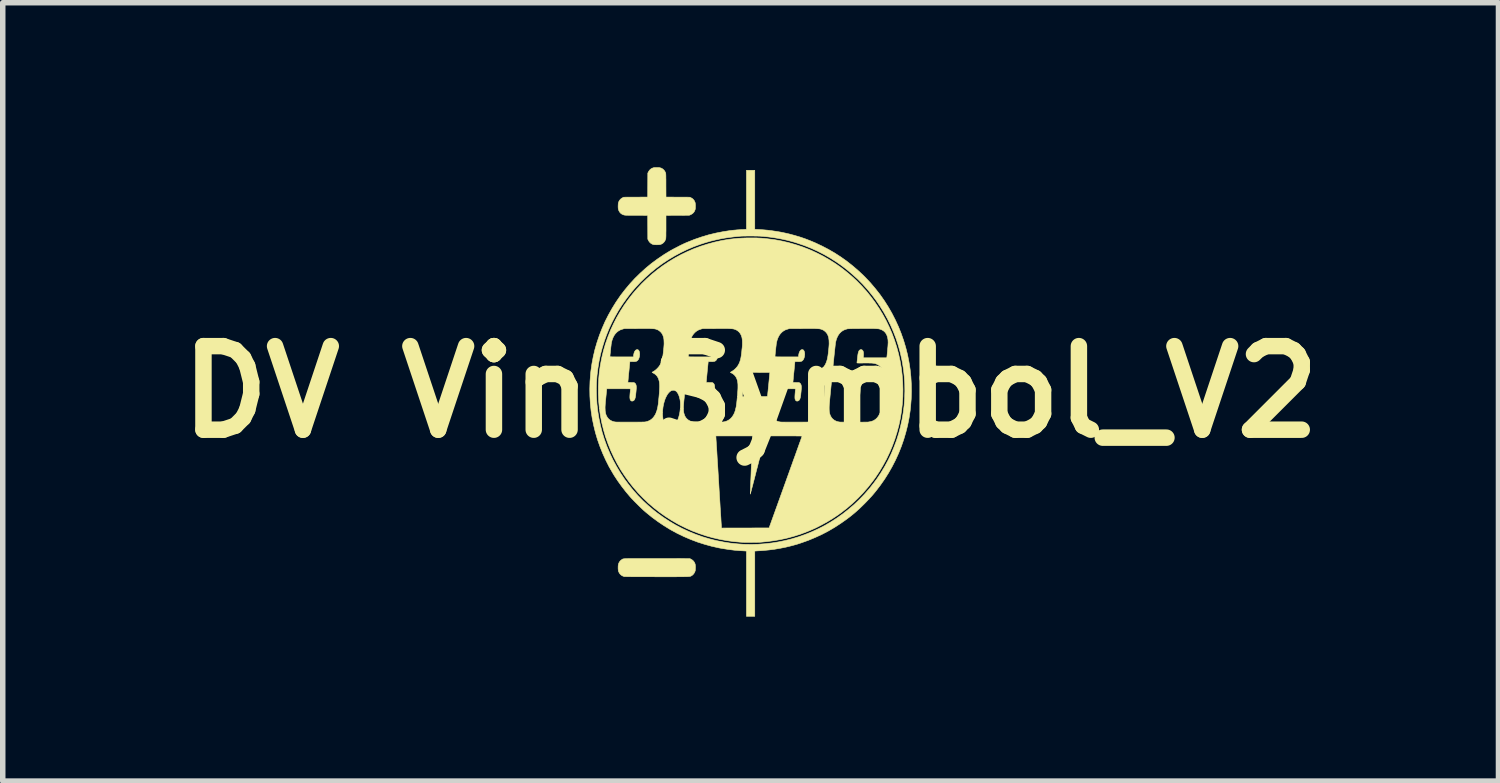
<source format=kicad_pcb>
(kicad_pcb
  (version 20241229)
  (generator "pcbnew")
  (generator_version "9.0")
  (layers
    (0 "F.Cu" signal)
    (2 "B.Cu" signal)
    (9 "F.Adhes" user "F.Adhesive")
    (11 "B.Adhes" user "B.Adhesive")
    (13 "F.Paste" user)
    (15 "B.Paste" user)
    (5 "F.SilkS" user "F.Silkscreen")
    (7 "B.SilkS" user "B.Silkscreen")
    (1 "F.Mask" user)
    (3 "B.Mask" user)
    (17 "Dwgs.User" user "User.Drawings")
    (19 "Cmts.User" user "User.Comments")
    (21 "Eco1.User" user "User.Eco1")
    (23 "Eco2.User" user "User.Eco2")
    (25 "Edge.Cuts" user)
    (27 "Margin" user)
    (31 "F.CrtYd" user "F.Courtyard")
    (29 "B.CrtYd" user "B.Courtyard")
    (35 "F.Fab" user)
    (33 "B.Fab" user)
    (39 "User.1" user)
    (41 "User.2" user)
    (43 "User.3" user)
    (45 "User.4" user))
  (footprint "DV Vin Symbol_V2"
    (layer "F.Cu")
    (at 10.639 4.097)
    (property "Reference" "DV Vin Symbol_V2" (at 0 0 0) (layer "F.SilkS") (effects (font (size 1.524 1.524) (thickness 0.3))))
    (attr through_hole)
    (fp_poly (pts (xy 1.97 -0.118) (xy 1.981 -0.109) (xy 1.99 -0.095) (xy 1.996 -0.076) (xy 1.999 -0.062) (xy 1.999 -0.052) (xy 1.998 -0.037) (xy 1.997 -0.018) (xy 1.996 0.003) (xy 1.994 0.025) (xy 1.991 0.048) (xy 1.989 0.069) (xy 1.986 0.087) (xy 1.984 0.101) (xy 1.982 0.106) (xy 1.974 0.13) (xy 1.964 0.148) (xy 1.952 0.16) (xy 1.937 0.167) (xy 1.924 0.168) (xy 1.914 0.167) (xy 1.906 0.163) (xy 1.9 0.158) (xy 1.892 0.147) (xy 1.887 0.135) (xy 1.883 0.118) (xy 1.882 0.097) (xy 1.882 0.089) (xy 1.883 0.071) (xy 1.884 0.049) (xy 1.886 0.025) (xy 1.888 0.001) (xy 1.891 -0.021) (xy 1.894 -0.041) (xy 1.897 -0.056) (xy 1.897 -0.056) (xy 1.905 -0.08) (xy 1.915 -0.099) (xy 1.927 -0.112) (xy 1.942 -0.119) (xy 1.955 -0.121) (xy 1.97 -0.118)) (stroke (width 0.01) (type solid)) (fill yes) (layer "F.SilkS"))
    (fp_poly (pts (xy -2.007 3.039) (xy -1.956 3.039) (xy -1.9 3.039) (xy -1.838 3.039) (xy -1.77 3.039) (xy -1.702 3.039) (xy -1.109 3.04) (xy -1.085 3.052) (xy -1.06 3.068) (xy -1.039 3.088) (xy -1.023 3.112) (xy -1.012 3.139) (xy -1.011 3.142) (xy -1.009 3.156) (xy -1.007 3.174) (xy -1.006 3.196) (xy -1.007 3.218) (xy -1.008 3.238) (xy -1.009 3.256) (xy -1.011 3.265) (xy -1.022 3.293) (xy -1.037 3.317) (xy -1.056 3.338) (xy -1.079 3.354) (xy -1.083 3.356) (xy -1.087 3.358) (xy -1.09 3.36) (xy -1.094 3.361) (xy -1.098 3.363) (xy -1.103 3.364) (xy -1.11 3.365) (xy -1.117 3.367) (xy -1.126 3.367) (xy -1.137 3.368) (xy -1.151 3.369) (xy -1.167 3.37) (xy -1.185 3.37) (xy -1.207 3.37) (xy -1.232 3.371) (xy -1.26 3.371) (xy -1.293 3.371) (xy -1.329 3.371) (xy -1.37 3.372) (xy -1.416 3.372) (xy -1.467 3.372) (xy -1.523 3.372) (xy -1.584 3.372) (xy -1.652 3.372) (xy -1.713 3.372) (xy -1.789 3.371) (xy -1.858 3.371) (xy -1.922 3.371) (xy -1.98 3.371) (xy -2.032 3.371) (xy -2.079 3.371) (xy -2.121 3.371) (xy -2.158 3.371) (xy -2.191 3.37) (xy -2.219 3.37) (xy -2.242 3.37) (xy -2.262 3.369) (xy -2.278 3.369) (xy -2.29 3.369) (xy -2.298 3.368) (xy -2.304 3.368) (xy -2.305 3.368) (xy -2.332 3.358) (xy -2.357 3.344) (xy -2.378 3.325) (xy -2.395 3.302) (xy -2.408 3.276) (xy -2.413 3.258) (xy -2.414 3.245) (xy -2.416 3.228) (xy -2.416 3.208) (xy -2.416 3.188) (xy -2.415 3.17) (xy -2.413 3.155) (xy -2.413 3.153) (xy -2.405 3.125) (xy -2.391 3.099) (xy -2.373 3.077) (xy -2.352 3.061) (xy -2.348 3.058) (xy -2.345 3.055) (xy -2.341 3.053) (xy -2.338 3.051) (xy -2.334 3.049) (xy -2.33 3.048) (xy -2.325 3.046) (xy -2.319 3.045) (xy -2.311 3.044) (xy -2.302 3.043) (xy -2.29 3.042) (xy -2.277 3.041) (xy -2.261 3.04) (xy -2.242 3.04) (xy -2.22 3.039) (xy -2.194 3.039) (xy -2.165 3.039) (xy -2.132 3.039) (xy -2.095 3.039) (xy -2.054 3.039) (xy -2.007 3.039)) (stroke (width 0.01) (type solid)) (fill yes) (layer "F.SilkS"))
    (fp_poly (pts (xy -1.697 -4.092) (xy -1.678 -4.092) (xy -1.663 -4.09) (xy -1.657 -4.089) (xy -1.63 -4.081) (xy -1.605 -4.067) (xy -1.583 -4.048) (xy -1.565 -4.025) (xy -1.552 -3.998) (xy -1.552 -3.998) (xy -1.55 -3.994) (xy -1.549 -3.991) (xy -1.548 -3.986) (xy -1.547 -3.981) (xy -1.547 -3.974) (xy -1.546 -3.965) (xy -1.546 -3.954) (xy -1.545 -3.94) (xy -1.545 -3.922) (xy -1.545 -3.9) (xy -1.544 -3.874) (xy -1.544 -3.843) (xy -1.544 -3.807) (xy -1.544 -3.766) (xy -1.543 -3.553) (xy -1.326 -3.552) (xy -1.11 -3.551) (xy -1.088 -3.541) (xy -1.062 -3.526) (xy -1.041 -3.506) (xy -1.024 -3.482) (xy -1.013 -3.455) (xy -1.011 -3.45) (xy -1.009 -3.436) (xy -1.007 -3.417) (xy -1.006 -3.396) (xy -1.007 -3.375) (xy -1.007 -3.354) (xy -1.009 -3.337) (xy -1.011 -3.326) (xy -1.022 -3.298) (xy -1.037 -3.274) (xy -1.058 -3.253) (xy -1.083 -3.237) (xy -1.1 -3.229) (xy -1.119 -3.221) (xy -1.543 -3.219) (xy -1.543 -3.02) (xy -1.543 -2.976) (xy -1.543 -2.936) (xy -1.544 -2.901) (xy -1.544 -2.87) (xy -1.544 -2.844) (xy -1.545 -2.824) (xy -1.546 -2.81) (xy -1.546 -2.801) (xy -1.546 -2.8) (xy -1.554 -2.773) (xy -1.567 -2.747) (xy -1.586 -2.724) (xy -1.587 -2.723) (xy -1.603 -2.709) (xy -1.62 -2.699) (xy -1.637 -2.691) (xy -1.657 -2.686) (xy -1.681 -2.684) (xy -1.71 -2.683) (xy -1.711 -2.683) (xy -1.728 -2.684) (xy -1.745 -2.684) (xy -1.758 -2.685) (xy -1.767 -2.686) (xy -1.767 -2.686) (xy -1.793 -2.694) (xy -1.817 -2.708) (xy -1.838 -2.726) (xy -1.855 -2.748) (xy -1.863 -2.762) (xy -1.875 -2.786) (xy -1.876 -3.003) (xy -1.877 -3.219) (xy -2.074 -3.22) (xy -2.113 -3.22) (xy -2.15 -3.22) (xy -2.184 -3.22) (xy -2.214 -3.22) (xy -2.24 -3.221) (xy -2.262 -3.221) (xy -2.279 -3.222) (xy -2.29 -3.222) (xy -2.294 -3.223) (xy -2.322 -3.23) (xy -2.348 -3.242) (xy -2.371 -3.259) (xy -2.389 -3.28) (xy -2.403 -3.305) (xy -2.412 -3.332) (xy -2.413 -3.335) (xy -2.415 -3.351) (xy -2.416 -3.371) (xy -2.416 -3.392) (xy -2.415 -3.414) (xy -2.414 -3.432) (xy -2.413 -3.44) (xy -2.405 -3.467) (xy -2.391 -3.492) (xy -2.373 -3.514) (xy -2.35 -3.532) (xy -2.334 -3.541) (xy -2.313 -3.551) (xy -1.877 -3.553) (xy -1.876 -3.771) (xy -1.875 -3.99) (xy -1.863 -4.014) (xy -1.847 -4.039) (xy -1.827 -4.06) (xy -1.803 -4.076) (xy -1.775 -4.087) (xy -1.766 -4.089) (xy -1.753 -4.091) (xy -1.736 -4.092) (xy -1.717 -4.092) (xy -1.697 -4.092)) (stroke (width 0.01) (type solid)) (fill yes) (layer "F.SilkS"))
    (fp_poly (pts (xy 0.076 -2.966) (xy 0.093 -2.964) (xy 0.102 -2.963) (xy 0.116 -2.963) (xy 0.133 -2.962) (xy 0.151 -2.961) (xy 0.157 -2.961) (xy 0.231 -2.956) (xy 0.309 -2.949) (xy 0.389 -2.939) (xy 0.471 -2.927) (xy 0.553 -2.913) (xy 0.634 -2.896) (xy 0.7 -2.881) (xy 0.801 -2.854) (xy 0.899 -2.825) (xy 0.993 -2.793) (xy 1.086 -2.757) (xy 1.179 -2.718) (xy 1.274 -2.673) (xy 1.3 -2.661) (xy 1.419 -2.599) (xy 1.533 -2.533) (xy 1.643 -2.462) (xy 1.749 -2.387) (xy 1.851 -2.307) (xy 1.951 -2.222) (xy 2.048 -2.132) (xy 2.094 -2.086) (xy 2.188 -1.986) (xy 2.276 -1.882) (xy 2.36 -1.775) (xy 2.438 -1.664) (xy 2.511 -1.549) (xy 2.578 -1.432) (xy 2.64 -1.311) (xy 2.697 -1.187) (xy 2.745 -1.067) (xy 2.79 -0.939) (xy 2.829 -0.809) (xy 2.862 -0.678) (xy 2.888 -0.546) (xy 2.909 -0.412) (xy 2.923 -0.278) (xy 2.931 -0.142) (xy 2.933 -0.006) (xy 2.929 0.13) (xy 2.918 0.266) (xy 2.91 0.343) (xy 2.89 0.476) (xy 2.864 0.608) (xy 2.831 0.738) (xy 2.793 0.867) (xy 2.749 0.994) (xy 2.699 1.119) (xy 2.643 1.242) (xy 2.582 1.361) (xy 2.515 1.479) (xy 2.443 1.593) (xy 2.365 1.704) (xy 2.348 1.726) (xy 2.314 1.771) (xy 2.282 1.812) (xy 2.251 1.85) (xy 2.219 1.888) (xy 2.186 1.924) (xy 2.151 1.962) (xy 2.113 2.002) (xy 2.077 2.039) (xy 2.035 2.08) (xy 1.996 2.118) (xy 1.959 2.152) (xy 1.922 2.185) (xy 1.886 2.216) (xy 1.848 2.247) (xy 1.808 2.279) (xy 1.764 2.312) (xy 1.761 2.315) (xy 1.649 2.394) (xy 1.536 2.468) (xy 1.42 2.536) (xy 1.3 2.599) (xy 1.178 2.655) (xy 1.053 2.707) (xy 0.924 2.753) (xy 0.845 2.779) (xy 0.747 2.806) (xy 0.645 2.831) (xy 0.541 2.852) (xy 0.435 2.87) (xy 0.331 2.883) (xy 0.229 2.893) (xy 0.189 2.896) (xy 0.168 2.897) (xy 0.147 2.898) (xy 0.128 2.899) (xy 0.112 2.9) (xy 0.102 2.901) (xy 0.076 2.903) (xy 0.076 4.093) (xy -0.076 4.093) (xy -0.076 2.903) (xy -0.102 2.901) (xy -0.114 2.9) (xy -0.131 2.899) (xy -0.151 2.898) (xy -0.172 2.897) (xy -0.189 2.896) (xy -0.298 2.887) (xy -0.409 2.873) (xy -0.522 2.855) (xy -0.578 2.845) (xy -0.711 2.815) (xy -0.841 2.779) (xy -0.97 2.738) (xy -1.096 2.69) (xy -1.22 2.637) (xy -1.342 2.578) (xy -1.461 2.513) (xy -1.577 2.442) (xy -1.69 2.366) (xy -1.8 2.285) (xy -1.907 2.198) (xy -1.951 2.16) (xy -1.966 2.146) (xy -1.985 2.128) (xy -2.006 2.108) (xy -2.03 2.085) (xy -2.054 2.061) (xy -2.079 2.036) (xy -2.104 2.011) (xy -2.128 1.987) (xy -2.149 1.964) (xy -2.169 1.944) (xy -2.184 1.927) (xy -2.193 1.918) (xy -2.274 1.822) (xy -2.35 1.724) (xy -2.422 1.624) (xy -2.488 1.524) (xy -2.512 1.484) (xy -2.58 1.367) (xy -2.641 1.246) (xy -2.697 1.123) (xy -2.747 0.998) (xy -2.792 0.871) (xy -2.83 0.743) (xy -2.862 0.612) (xy -2.889 0.48) (xy -2.909 0.347) (xy -2.923 0.213) (xy -2.931 0.078) (xy -2.933 -0.038) (xy -2.813 -0.038) (xy -2.81 0.092) (xy -2.802 0.223) (xy -2.787 0.353) (xy -2.766 0.482) (xy -2.739 0.611) (xy -2.707 0.738) (xy -2.668 0.863) (xy -2.623 0.987) (xy -2.616 1.005) (xy -2.564 1.127) (xy -2.507 1.246) (xy -2.444 1.362) (xy -2.376 1.475) (xy -2.303 1.585) (xy -2.224 1.691) (xy -2.141 1.794) (xy -2.053 1.892) (xy -1.961 1.986) (xy -1.864 2.076) (xy -1.763 2.161) (xy -1.705 2.206) (xy -1.596 2.285) (xy -1.483 2.359) (xy -1.369 2.427) (xy -1.251 2.489) (xy -1.131 2.545) (xy -1.009 2.595) (xy -0.885 2.64) (xy -0.758 2.678) (xy -0.63 2.711) (xy -0.5 2.737) (xy -0.368 2.758) (xy -0.234 2.772) (xy -0.152 2.778) (xy -0.128 2.779) (xy -0.098 2.78) (xy -0.065 2.78) (xy -0.029 2.781) (xy 0.007 2.781) (xy 0.043 2.781) (xy 0.077 2.78) (xy 0.108 2.779) (xy 0.134 2.779) (xy 0.143 2.778) (xy 0.267 2.769) (xy 0.389 2.755) (xy 0.495 2.738) (xy 0.625 2.712) (xy 0.752 2.68) (xy 0.878 2.642) (xy 1.001 2.598) (xy 1.122 2.549) (xy 1.241 2.494) (xy 1.357 2.434) (xy 1.469 2.368) (xy 1.579 2.297) (xy 1.685 2.221) (xy 1.788 2.14) (xy 1.888 2.054) (xy 1.983 1.964) (xy 2.074 1.869) (xy 2.162 1.769) (xy 2.244 1.665) (xy 2.306 1.581) (xy 2.379 1.471) (xy 2.447 1.358) (xy 2.509 1.243) (xy 2.566 1.125) (xy 2.616 1.004) (xy 2.662 0.882) (xy 2.701 0.757) (xy 2.734 0.631) (xy 2.762 0.504) (xy 2.784 0.375) (xy 2.8 0.246) (xy 2.809 0.115) (xy 2.813 -0.016) (xy 2.811 -0.148) (xy 2.802 -0.28) (xy 2.788 -0.411) (xy 2.767 -0.543) (xy 2.757 -0.594) (xy 2.728 -0.722) (xy 2.693 -0.849) (xy 2.652 -0.974) (xy 2.605 -1.096) (xy 2.553 -1.216) (xy 2.495 -1.333) (xy 2.432 -1.447) (xy 2.363 -1.558) (xy 2.29 -1.666) (xy 2.211 -1.771) (xy 2.128 -1.872) (xy 2.04 -1.969) (xy 1.947 -2.062) (xy 1.849 -2.151) (xy 1.748 -2.236) (xy 1.642 -2.316) (xy 1.57 -2.366) (xy 1.458 -2.438) (xy 1.343 -2.504) (xy 1.225 -2.565) (xy 1.104 -2.62) (xy 0.981 -2.669) (xy 0.855 -2.712) (xy 0.791 -2.732) (xy 0.697 -2.758) (xy 0.604 -2.78) (xy 0.511 -2.798) (xy 0.416 -2.814) (xy 0.318 -2.827) (xy 0.215 -2.837) (xy 0.187 -2.839) (xy 0.168 -2.84) (xy 0.143 -2.841) (xy 0.114 -2.842) (xy 0.082 -2.842) (xy 0.047 -2.843) (xy 0.011 -2.843) (xy -0.025 -2.843) (xy -0.061 -2.843) (xy -0.094 -2.842) (xy -0.126 -2.842) (xy -0.153 -2.841) (xy -0.176 -2.84) (xy -0.187 -2.839) (xy -0.302 -2.828) (xy -0.413 -2.814) (xy -0.52 -2.797) (xy -0.624 -2.775) (xy -0.728 -2.75) (xy -0.831 -2.72) (xy -0.911 -2.694) (xy -1.035 -2.649) (xy -1.155 -2.598) (xy -1.273 -2.541) (xy -1.388 -2.479) (xy -1.5 -2.412) (xy -1.609 -2.34) (xy -1.714 -2.263) (xy -1.815 -2.181) (xy -1.913 -2.094) (xy -2.007 -2.003) (xy -2.096 -1.908) (xy -2.181 -1.809) (xy -2.261 -1.705) (xy -2.337 -1.598) (xy -2.408 -1.488) (xy -2.473 -1.373) (xy -2.524 -1.275) (xy -2.541 -1.24) (xy -2.555 -1.21) (xy -2.568 -1.182) (xy -2.58 -1.155) (xy -2.592 -1.127) (xy -2.604 -1.097) (xy -2.618 -1.063) (xy -2.619 -1.062) (xy -2.664 -0.939) (xy -2.703 -0.813) (xy -2.737 -0.687) (xy -2.764 -0.558) (xy -2.785 -0.429) (xy -2.801 -0.299) (xy -2.81 -0.169) (xy -2.813 -0.038) (xy -2.933 -0.038) (xy -2.933 -0.057) (xy -2.929 -0.193) (xy -2.918 -0.329) (xy -2.913 -0.381) (xy -2.894 -0.514) (xy -2.869 -0.646) (xy -2.838 -0.777) (xy -2.8 -0.907) (xy -2.757 -1.034) (xy -2.708 -1.159) (xy -2.654 -1.283) (xy -2.593 -1.403) (xy -2.527 -1.521) (xy -2.456 -1.636) (xy -2.379 -1.748) (xy -2.372 -1.759) (xy -2.29 -1.865) (xy -2.203 -1.969) (xy -2.112 -2.068) (xy -2.015 -2.163) (xy -1.915 -2.254) (xy -1.811 -2.34) (xy -1.703 -2.42) (xy -1.591 -2.496) (xy -1.57 -2.51) (xy -1.519 -2.541) (xy -1.464 -2.574) (xy -1.406 -2.606) (xy -1.346 -2.637) (xy -1.287 -2.668) (xy -1.229 -2.696) (xy -1.174 -2.721) (xy -1.149 -2.731) (xy -1.022 -2.782) (xy -0.893 -2.826) (xy -0.763 -2.865) (xy -0.63 -2.897) (xy -0.496 -2.923) (xy -0.387 -2.94) (xy -0.355 -2.944) (xy -0.32 -2.948) (xy -0.283 -2.951) (xy -0.246 -2.955) (xy -0.211 -2.957) (xy -0.179 -2.96) (xy -0.157 -2.961) (xy -0.139 -2.961) (xy -0.121 -2.962) (xy -0.106 -2.963) (xy -0.095 -2.964) (xy -0.093 -2.964) (xy -0.076 -2.966) (xy -0.076 -4.042) (xy 0.076 -4.042) (xy 0.076 -2.966)) (stroke (width 0.01) (type solid)) (fill yes) (layer "F.SilkS"))
    (fp_poly (pts (xy 0.045 -2.808) (xy 0.085 -2.808) (xy 0.121 -2.807) (xy 0.155 -2.805) (xy 0.188 -2.804) (xy 0.221 -2.801) (xy 0.255 -2.798) (xy 0.292 -2.794) (xy 0.31 -2.792) (xy 0.441 -2.775) (xy 0.57 -2.751) (xy 0.698 -2.721) (xy 0.823 -2.685) (xy 0.947 -2.644) (xy 1.068 -2.597) (xy 1.186 -2.544) (xy 1.302 -2.486) (xy 1.415 -2.422) (xy 1.525 -2.354) (xy 1.632 -2.28) (xy 1.735 -2.201) (xy 1.835 -2.117) (xy 1.931 -2.029) (xy 2.023 -1.935) (xy 2.111 -1.838) (xy 2.194 -1.735) (xy 2.264 -1.641) (xy 2.338 -1.531) (xy 2.407 -1.419) (xy 2.47 -1.304) (xy 2.527 -1.186) (xy 2.579 -1.066) (xy 2.624 -0.944) (xy 2.664 -0.82) (xy 2.698 -0.694) (xy 2.726 -0.566) (xy 2.748 -0.437) (xy 2.764 -0.307) (xy 2.774 -0.177) (xy 2.778 -0.045) (xy 2.776 0.087) (xy 2.767 0.219) (xy 2.752 0.35) (xy 2.731 0.48) (xy 2.704 0.609) (xy 2.67 0.736) (xy 2.631 0.861) (xy 2.586 0.984) (xy 2.535 1.105) (xy 2.479 1.223) (xy 2.416 1.339) (xy 2.349 1.452) (xy 2.276 1.562) (xy 2.221 1.637) (xy 2.138 1.742) (xy 2.051 1.842) (xy 1.96 1.937) (xy 1.864 2.028) (xy 1.764 2.115) (xy 1.667 2.191) (xy 1.578 2.255) (xy 1.489 2.314) (xy 1.398 2.369) (xy 1.304 2.421) (xy 1.256 2.446) (xy 1.219 2.465) (xy 1.187 2.481) (xy 1.156 2.495) (xy 1.127 2.508) (xy 1.097 2.521) (xy 1.064 2.535) (xy 1.032 2.548) (xy 0.916 2.592) (xy 0.798 2.63) (xy 0.679 2.663) (xy 0.558 2.69) (xy 0.435 2.712) (xy 0.308 2.729) (xy 0.197 2.74) (xy 0.185 2.741) (xy 0.168 2.742) (xy 0.146 2.742) (xy 0.121 2.743) (xy 0.094 2.743) (xy 0.065 2.744) (xy 0.035 2.744) (xy 0.005 2.745) (xy -0.024 2.745) (xy -0.051 2.745) (xy -0.075 2.745) (xy -0.095 2.745) (xy -0.111 2.745) (xy -0.121 2.744) (xy -0.13 2.744) (xy -0.144 2.743) (xy -0.161 2.742) (xy -0.18 2.741) (xy -0.191 2.74) (xy -0.316 2.729) (xy -0.442 2.711) (xy -0.568 2.688) (xy -0.693 2.659) (xy -0.817 2.624) (xy -0.939 2.583) (xy -1.058 2.538) (xy -1.175 2.486) (xy -1.288 2.43) (xy -1.326 2.41) (xy -1.443 2.342) (xy -1.555 2.27) (xy -1.664 2.193) (xy -1.768 2.111) (xy -1.868 2.025) (xy -1.963 1.933) (xy -2.055 1.838) (xy -2.142 1.737) (xy -2.221 1.637) (xy -2.298 1.529) (xy -2.37 1.419) (xy -2.436 1.305) (xy -2.496 1.188) (xy -2.551 1.069) (xy -2.6 0.947) (xy -2.644 0.823) (xy -2.65 0.803) (xy -0.635 0.803) (xy -0.633 0.818) (xy -0.633 0.823) (xy -0.632 0.833) (xy -0.631 0.85) (xy -0.63 0.872) (xy -0.628 0.899) (xy -0.626 0.931) (xy -0.624 0.967) (xy -0.621 1.009) (xy -0.618 1.054) (xy -0.615 1.103) (xy -0.612 1.156) (xy -0.609 1.213) (xy -0.605 1.272) (xy -0.601 1.334) (xy -0.597 1.399) (xy -0.593 1.466) (xy -0.589 1.534) (xy -0.585 1.605) (xy -0.582 1.645) (xy -0.578 1.716) (xy -0.574 1.786) (xy -0.57 1.854) (xy -0.566 1.92) (xy -0.562 1.983) (xy -0.558 2.044) (xy -0.555 2.102) (xy -0.551 2.157) (xy -0.548 2.208) (xy -0.545 2.255) (xy -0.542 2.299) (xy -0.54 2.338) (xy -0.538 2.373) (xy -0.536 2.402) (xy -0.534 2.427) (xy -0.533 2.446) (xy -0.532 2.46) (xy -0.532 2.468) (xy -0.532 2.469) (xy -0.53 2.483) (xy 0.337 2.481) (xy 0.637 1.648) (xy 0.662 1.578) (xy 0.687 1.509) (xy 0.711 1.442) (xy 0.734 1.377) (xy 0.757 1.314) (xy 0.778 1.254) (xy 0.799 1.197) (xy 0.819 1.142) (xy 0.837 1.091) (xy 0.854 1.043) (xy 0.87 0.999) (xy 0.884 0.959) (xy 0.897 0.923) (xy 0.909 0.892) (xy 0.918 0.865) (xy 0.926 0.843) (xy 0.932 0.826) (xy 0.936 0.815) (xy 0.938 0.809) (xy 0.938 0.809) (xy 0.938 0.808) (xy 0.938 0.807) (xy 0.936 0.806) (xy 0.933 0.806) (xy 0.928 0.805) (xy 0.92 0.805) (xy 0.911 0.805) (xy 0.898 0.804) (xy 0.882 0.804) (xy 0.863 0.804) (xy 0.839 0.804) (xy 0.811 0.803) (xy 0.779 0.803) (xy 0.742 0.803) (xy 0.699 0.803) (xy 0.651 0.803) (xy 0.605 0.803) (xy 0.27 0.803) (xy 0.266 0.82) (xy 0.264 0.825) (xy 0.261 0.835) (xy 0.257 0.852) (xy 0.252 0.873) (xy 0.245 0.899) (xy 0.237 0.93) (xy 0.228 0.964) (xy 0.218 1.003) (xy 0.207 1.045) (xy 0.195 1.09) (xy 0.183 1.138) (xy 0.17 1.189) (xy 0.156 1.242) (xy 0.142 1.296) (xy 0.129 1.349) (xy 0.114 1.405) (xy 0.1 1.459) (xy 0.087 1.511) (xy 0.074 1.561) (xy 0.062 1.608) (xy 0.05 1.652) (xy 0.04 1.693) (xy 0.03 1.73) (xy 0.021 1.763) (xy 0.014 1.793) (xy 0.007 1.817) (xy 0.002 1.837) (xy -0.002 1.851) (xy -0.004 1.86) (xy -0.005 1.863) (xy -0.005 1.864) (xy -0.006 1.864) (xy -0.006 1.863) (xy -0.006 1.862) (xy -0.006 1.859) (xy -0.006 1.855) (xy -0.006 1.85) (xy -0.006 1.842) (xy -0.005 1.832) (xy -0.005 1.82) (xy -0.004 1.805) (xy -0.004 1.786) (xy -0.003 1.765) (xy -0.002 1.739) (xy -0.001 1.71) (xy 0.001 1.677) (xy 0.002 1.638) (xy 0.004 1.596) (xy 0.006 1.548) (xy 0.008 1.494) (xy 0.01 1.435) (xy 0.013 1.37) (xy 0.014 1.341) (xy 0.017 1.285) (xy 0.019 1.23) (xy 0.021 1.177) (xy 0.023 1.127) (xy 0.025 1.079) (xy 0.027 1.034) (xy 0.028 0.992) (xy 0.03 0.954) (xy 0.031 0.92) (xy 0.032 0.89) (xy 0.033 0.865) (xy 0.034 0.845) (xy 0.035 0.831) (xy 0.035 0.822) (xy 0.035 0.82) (xy 0.035 0.803) (xy -0.635 0.803) (xy -2.65 0.803) (xy -2.681 0.697) (xy -2.713 0.569) (xy -2.738 0.44) (xy -2.74 0.43) (xy -2.759 0.298) (xy -2.76 0.286) (xy -2.654 0.286) (xy -2.654 0.298) (xy -2.653 0.311) (xy -2.653 0.313) (xy -2.652 0.345) (xy -2.648 0.373) (xy -2.643 0.397) (xy -2.636 0.419) (xy -2.627 0.44) (xy -2.609 0.47) (xy -2.587 0.495) (xy -2.56 0.516) (xy -2.53 0.532) (xy -2.495 0.544) (xy -2.465 0.549) (xy -2.459 0.549) (xy -2.446 0.55) (xy -2.429 0.55) (xy -2.406 0.55) (xy -2.379 0.551) (xy -2.349 0.551) (xy -2.315 0.551) (xy -2.279 0.551) (xy -2.241 0.551) (xy -2.201 0.551) (xy -2.186 0.551) (xy -2.139 0.551) (xy -2.098 0.551) (xy -2.062 0.551) (xy -2.031 0.55) (xy -2.005 0.55) (xy -1.983 0.55) (xy -1.965 0.549) (xy -1.95 0.549) (xy -1.938 0.549) (xy -1.928 0.548) (xy -1.921 0.547) (xy -1.915 0.546) (xy -1.91 0.546) (xy -1.907 0.545) (xy -1.873 0.535) (xy -1.843 0.522) (xy -1.817 0.506) (xy -1.793 0.486) (xy -1.782 0.475) (xy -1.76 0.448) (xy -1.741 0.418) (xy -1.724 0.384) (xy -1.723 0.38) (xy -1.606 0.38) (xy -1.605 0.431) (xy -1.6 0.48) (xy -1.591 0.526) (xy -1.585 0.548) (xy -1.573 0.58) (xy -1.559 0.608) (xy -1.543 0.63) (xy -1.525 0.647) (xy -1.506 0.658) (xy -1.497 0.661) (xy -1.485 0.662) (xy -1.47 0.662) (xy -1.454 0.659) (xy -1.442 0.656) (xy -1.423 0.644) (xy -1.403 0.627) (xy -1.383 0.605) (xy -1.365 0.578) (xy -1.347 0.548) (xy -1.331 0.514) (xy -1.317 0.478) (xy -1.305 0.439) (xy -1.296 0.401) (xy -1.289 0.361) (xy -1.284 0.319) (xy -1.281 0.286) (xy -1.225 0.286) (xy -1.225 0.298) (xy -1.225 0.311) (xy -1.225 0.313) (xy -1.223 0.345) (xy -1.22 0.373) (xy -1.214 0.397) (xy -1.207 0.419) (xy -1.199 0.44) (xy -1.181 0.47) (xy -1.158 0.495) (xy -1.132 0.516) (xy -1.101 0.532) (xy -1.066 0.544) (xy -1.037 0.549) (xy -1.03 0.549) (xy -1.018 0.55) (xy -1 0.55) (xy -0.977 0.55) (xy -0.951 0.551) (xy -0.92 0.551) (xy -0.886 0.551) (xy -0.85 0.551) (xy -0.812 0.551) (xy -0.772 0.551) (xy -0.757 0.551) (xy -0.71 0.551) (xy -0.669 0.551) (xy -0.633 0.551) (xy -0.602 0.55) (xy -0.576 0.55) (xy -0.554 0.55) (xy -0.536 0.549) (xy -0.521 0.549) (xy -0.509 0.549) (xy -0.499 0.548) (xy -0.492 0.547) (xy -0.486 0.546) (xy -0.481 0.546) (xy -0.479 0.545) (xy -0.444 0.535) (xy -0.414 0.522) (xy -0.388 0.506) (xy -0.364 0.486) (xy -0.353 0.475) (xy -0.331 0.448) (xy -0.312 0.418) (xy -0.295 0.384) (xy -0.281 0.344) (xy -0.27 0.299) (xy -0.267 0.289) (xy -0.267 0.286) (xy 0.356 0.286) (xy 0.356 0.298) (xy 0.357 0.311) (xy 0.357 0.313) (xy 0.358 0.345) (xy 0.362 0.373) (xy 0.367 0.397) (xy 0.374 0.419) (xy 0.383 0.44) (xy 0.401 0.47) (xy 0.423 0.495) (xy 0.45 0.516) (xy 0.48 0.532) (xy 0.515 0.544) (xy 0.545 0.549) (xy 0.551 0.549) (xy 0.564 0.55) (xy 0.581 0.55) (xy 0.604 0.55) (xy 0.631 0.551) (xy 0.661 0.551) (xy 0.695 0.551) (xy 0.731 0.551) (xy 0.769 0.551) (xy 0.809 0.551) (xy 0.824 0.551) (xy 0.871 0.551) (xy 0.912 0.551) (xy 0.948 0.551) (xy 0.979 0.55) (xy 1.005 0.55) (xy 1.027 0.55) (xy 1.045 0.549) (xy 1.06 0.549) (xy 1.072 0.549) (xy 1.082 0.548) (xy 1.089 0.547) (xy 1.095 0.546) (xy 1.1 0.546) (xy 1.103 0.545) (xy 1.137 0.535) (xy 1.167 0.522) (xy 1.193 0.506) (xy 1.217 0.486) (xy 1.228 0.475) (xy 1.25 0.448) (xy 1.269 0.418) (xy 1.286 0.384) (xy 1.3 0.344) (xy 1.312 0.299) (xy 1.313 0.295) (xy 1.433 0.295) (xy 1.433 0.302) (xy 1.433 0.309) (xy 1.433 0.311) (xy 1.434 0.34) (xy 1.436 0.365) (xy 1.44 0.385) (xy 1.445 0.405) (xy 1.451 0.423) (xy 1.46 0.443) (xy 1.461 0.444) (xy 1.478 0.473) (xy 1.501 0.497) (xy 1.527 0.517) (xy 1.558 0.533) (xy 1.592 0.544) (xy 1.621 0.549) (xy 1.63 0.55) (xy 1.644 0.55) (xy 1.663 0.551) (xy 1.686 0.551) (xy 1.713 0.551) (xy 1.744 0.552) (xy 1.777 0.552) (xy 1.812 0.552) (xy 1.848 0.552) (xy 1.885 0.552) (xy 1.921 0.552) (xy 1.958 0.552) (xy 1.993 0.552) (xy 2.026 0.552) (xy 2.056 0.551) (xy 2.084 0.551) (xy 2.107 0.551) (xy 2.126 0.55) (xy 2.14 0.55) (xy 2.149 0.549) (xy 2.172 0.545) (xy 2.197 0.539) (xy 2.221 0.532) (xy 2.241 0.524) (xy 2.252 0.518) (xy 2.282 0.497) (xy 2.308 0.472) (xy 2.331 0.441) (xy 2.351 0.406) (xy 2.368 0.366) (xy 2.382 0.32) (xy 2.393 0.269) (xy 2.395 0.257) (xy 2.397 0.247) (xy 2.399 0.232) (xy 2.401 0.211) (xy 2.404 0.187) (xy 2.407 0.159) (xy 2.41 0.128) (xy 2.413 0.095) (xy 2.417 0.061) (xy 2.42 0.026) (xy 2.424 -0.009) (xy 2.427 -0.043) (xy 2.43 -0.076) (xy 2.433 -0.106) (xy 2.435 -0.134) (xy 2.438 -0.157) (xy 2.439 -0.177) (xy 2.44 -0.192) (xy 2.441 -0.197) (xy 2.441 -0.239) (xy 2.438 -0.28) (xy 2.432 -0.32) (xy 2.424 -0.357) (xy 2.414 -0.387) (xy 2.398 -0.42) (xy 2.377 -0.449) (xy 2.352 -0.474) (xy 2.324 -0.494) (xy 2.293 -0.509) (xy 2.272 -0.516) (xy 2.259 -0.519) (xy 2.245 -0.521) (xy 2.23 -0.523) (xy 2.213 -0.525) (xy 2.193 -0.526) (xy 2.17 -0.526) (xy 2.142 -0.527) (xy 2.11 -0.527) (xy 2.072 -0.527) (xy 2.066 -0.527) (xy 2.034 -0.526) (xy 2.008 -0.526) (xy 1.987 -0.526) (xy 1.971 -0.526) (xy 1.959 -0.527) (xy 1.95 -0.527) (xy 1.944 -0.528) (xy 1.941 -0.529) (xy 1.94 -0.53) (xy 1.94 -0.53) (xy 1.94 -0.536) (xy 1.941 -0.547) (xy 1.943 -0.562) (xy 1.945 -0.579) (xy 1.947 -0.598) (xy 1.949 -0.618) (xy 1.951 -0.637) (xy 1.953 -0.654) (xy 1.955 -0.668) (xy 1.956 -0.677) (xy 1.956 -0.678) (xy 1.962 -0.708) (xy 1.969 -0.732) (xy 1.977 -0.75) (xy 1.988 -0.762) (xy 2 -0.769) (xy 2.012 -0.772) (xy 2.028 -0.769) (xy 2.04 -0.76) (xy 2.05 -0.747) (xy 2.056 -0.729) (xy 2.059 -0.706) (xy 2.059 -0.678) (xy 2.059 -0.676) (xy 2.058 -0.662) (xy 2.057 -0.648) (xy 2.056 -0.637) (xy 2.055 -0.634) (xy 2.053 -0.622) (xy 2.483 -0.622) (xy 2.484 -0.629) (xy 2.485 -0.637) (xy 2.487 -0.65) (xy 2.489 -0.668) (xy 2.491 -0.689) (xy 2.493 -0.713) (xy 2.496 -0.739) (xy 2.498 -0.765) (xy 2.5 -0.792) (xy 2.503 -0.818) (xy 2.505 -0.842) (xy 2.506 -0.864) (xy 2.507 -0.882) (xy 2.508 -0.895) (xy 2.508 -0.902) (xy 2.506 -0.948) (xy 2.499 -0.989) (xy 2.488 -1.026) (xy 2.473 -1.058) (xy 2.453 -1.086) (xy 2.429 -1.109) (xy 2.401 -1.127) (xy 2.37 -1.141) (xy 2.361 -1.143) (xy 2.353 -1.146) (xy 2.344 -1.148) (xy 2.334 -1.15) (xy 2.323 -1.151) (xy 2.31 -1.152) (xy 2.295 -1.153) (xy 2.277 -1.154) (xy 2.257 -1.155) (xy 2.232 -1.155) (xy 2.204 -1.155) (xy 2.171 -1.155) (xy 2.133 -1.155) (xy 2.09 -1.155) (xy 2.041 -1.155) (xy 2.032 -1.155) (xy 1.986 -1.155) (xy 1.945 -1.154) (xy 1.911 -1.154) (xy 1.881 -1.154) (xy 1.855 -1.154) (xy 1.834 -1.153) (xy 1.817 -1.153) (xy 1.802 -1.152) (xy 1.79 -1.152) (xy 1.781 -1.151) (xy 1.774 -1.151) (xy 1.767 -1.15) (xy 1.762 -1.149) (xy 1.759 -1.148) (xy 1.72 -1.136) (xy 1.684 -1.119) (xy 1.653 -1.097) (xy 1.625 -1.07) (xy 1.601 -1.038) (xy 1.581 -1.001) (xy 1.564 -0.959) (xy 1.552 -0.912) (xy 1.55 -0.903) (xy 1.549 -0.896) (xy 1.547 -0.883) (xy 1.545 -0.864) (xy 1.542 -0.84) (xy 1.539 -0.81) (xy 1.535 -0.775) (xy 1.531 -0.736) (xy 1.526 -0.692) (xy 1.521 -0.644) (xy 1.516 -0.592) (xy 1.51 -0.536) (xy 1.504 -0.476) (xy 1.498 -0.414) (xy 1.491 -0.348) (xy 1.487 -0.308) (xy 1.48 -0.238) (xy 1.474 -0.173) (xy 1.468 -0.115) (xy 1.463 -0.062) (xy 1.458 -0.014) (xy 1.454 0.029) (xy 1.45 0.067) (xy 1.447 0.102) (xy 1.444 0.132) (xy 1.442 0.159) (xy 1.44 0.182) (xy 1.438 0.203) (xy 1.436 0.221) (xy 1.435 0.236) (xy 1.434 0.249) (xy 1.434 0.261) (xy 1.433 0.271) (xy 1.433 0.28) (xy 1.433 0.288) (xy 1.433 0.295) (xy 1.313 0.295) (xy 1.314 0.289) (xy 1.317 0.275) (xy 1.319 0.262) (xy 1.321 0.249) (xy 1.324 0.235) (xy 1.326 0.219) (xy 1.328 0.2) (xy 1.33 0.178) (xy 1.333 0.151) (xy 1.336 0.118) (xy 1.337 0.111) (xy 1.342 0.058) (xy 1.346 0.011) (xy 1.348 -0.031) (xy 1.35 -0.069) (xy 1.351 -0.102) (xy 1.35 -0.131) (xy 1.348 -0.157) (xy 1.345 -0.181) (xy 1.341 -0.202) (xy 1.336 -0.221) (xy 1.33 -0.24) (xy 1.322 -0.257) (xy 1.321 -0.259) (xy 1.305 -0.286) (xy 1.283 -0.31) (xy 1.257 -0.331) (xy 1.228 -0.347) (xy 1.228 -0.347) (xy 1.219 -0.351) (xy 1.214 -0.355) (xy 1.213 -0.356) (xy 1.215 -0.359) (xy 1.222 -0.363) (xy 1.232 -0.369) (xy 1.233 -0.37) (xy 1.262 -0.388) (xy 1.291 -0.411) (xy 1.317 -0.437) (xy 1.339 -0.463) (xy 1.345 -0.471) (xy 1.361 -0.497) (xy 1.374 -0.523) (xy 1.385 -0.552) (xy 1.395 -0.583) (xy 1.403 -0.618) (xy 1.41 -0.658) (xy 1.416 -0.702) (xy 1.419 -0.729) (xy 1.421 -0.751) (xy 1.424 -0.775) (xy 1.426 -0.797) (xy 1.428 -0.816) (xy 1.429 -0.831) (xy 1.429 -0.831) (xy 1.431 -0.857) (xy 1.432 -0.885) (xy 1.431 -0.913) (xy 1.43 -0.94) (xy 1.427 -0.965) (xy 1.424 -0.986) (xy 1.423 -0.994) (xy 1.412 -1.026) (xy 1.399 -1.055) (xy 1.381 -1.08) (xy 1.372 -1.09) (xy 1.351 -1.109) (xy 1.331 -1.124) (xy 1.308 -1.135) (xy 1.292 -1.141) (xy 1.284 -1.144) (xy 1.276 -1.146) (xy 1.267 -1.148) (xy 1.257 -1.15) (xy 1.246 -1.151) (xy 1.233 -1.152) (xy 1.218 -1.153) (xy 1.2 -1.154) (xy 1.179 -1.155) (xy 1.154 -1.155) (xy 1.125 -1.155) (xy 1.092 -1.155) (xy 1.053 -1.155) (xy 1.01 -1.155) (xy 0.96 -1.155) (xy 0.956 -1.155) (xy 0.706 -1.154) (xy 0.676 -1.145) (xy 0.637 -1.132) (xy 0.602 -1.113) (xy 0.571 -1.089) (xy 0.543 -1.06) (xy 0.52 -1.027) (xy 0.5 -0.988) (xy 0.484 -0.945) (xy 0.472 -0.897) (xy 0.469 -0.876) (xy 0.467 -0.867) (xy 0.466 -0.853) (xy 0.464 -0.835) (xy 0.461 -0.814) (xy 0.459 -0.791) (xy 0.456 -0.767) (xy 0.454 -0.743) (xy 0.451 -0.719) (xy 0.449 -0.697) (xy 0.447 -0.677) (xy 0.446 -0.661) (xy 0.445 -0.649) (xy 0.445 -0.642) (xy 0.445 -0.642) (xy 0.446 -0.641) (xy 0.45 -0.641) (xy 0.457 -0.64) (xy 0.467 -0.64) (xy 0.481 -0.639) (xy 0.499 -0.639) (xy 0.522 -0.639) (xy 0.55 -0.638) (xy 0.583 -0.638) (xy 0.622 -0.638) (xy 0.658 -0.638) (xy 0.872 -0.638) (xy 0.876 -0.669) (xy 0.881 -0.696) (xy 0.888 -0.721) (xy 0.898 -0.741) (xy 0.91 -0.757) (xy 0.916 -0.763) (xy 0.928 -0.769) (xy 0.942 -0.771) (xy 0.955 -0.769) (xy 0.955 -0.769) (xy 0.966 -0.761) (xy 0.974 -0.748) (xy 0.981 -0.731) (xy 0.985 -0.711) (xy 0.987 -0.688) (xy 0.986 -0.676) (xy 0.982 -0.643) (xy 0.974 -0.615) (xy 0.964 -0.592) (xy 0.95 -0.574) (xy 0.946 -0.571) (xy 0.938 -0.564) (xy 0.93 -0.56) (xy 0.92 -0.556) (xy 0.908 -0.554) (xy 0.892 -0.553) (xy 0.871 -0.553) (xy 0.858 -0.552) (xy 0.808 -0.552) (xy 0.79 -0.364) (xy 0.786 -0.33) (xy 0.783 -0.298) (xy 0.78 -0.269) (xy 0.778 -0.242) (xy 0.776 -0.219) (xy 0.774 -0.2) (xy 0.773 -0.186) (xy 0.772 -0.177) (xy 0.771 -0.174) (xy 0.774 -0.173) (xy 0.783 -0.172) (xy 0.795 -0.172) (xy 0.811 -0.172) (xy 0.826 -0.171) (xy 0.846 -0.171) (xy 0.861 -0.171) (xy 0.872 -0.171) (xy 0.88 -0.17) (xy 0.886 -0.168) (xy 0.891 -0.166) (xy 0.894 -0.164) (xy 0.907 -0.153) (xy 0.917 -0.137) (xy 0.923 -0.117) (xy 0.926 -0.095) (xy 0.926 -0.083) (xy 0.926 -0.067) (xy 0.924 -0.046) (xy 0.922 -0.023) (xy 0.92 0.001) (xy 0.917 0.026) (xy 0.915 0.05) (xy 0.912 0.072) (xy 0.909 0.09) (xy 0.907 0.103) (xy 0.906 0.104) (xy 0.899 0.128) (xy 0.889 0.147) (xy 0.877 0.159) (xy 0.862 0.166) (xy 0.855 0.167) (xy 0.84 0.167) (xy 0.829 0.162) (xy 0.82 0.152) (xy 0.817 0.146) (xy 0.812 0.135) (xy 0.809 0.122) (xy 0.808 0.106) (xy 0.808 0.086) (xy 0.809 0.062) (xy 0.811 0.033) (xy 0.813 0.015) (xy 0.814 -0.004) (xy 0.816 -0.022) (xy 0.818 -0.037) (xy 0.819 -0.048) (xy 0.819 -0.053) (xy 0.819 -0.054) (xy 0.817 -0.054) (xy 0.81 -0.055) (xy 0.799 -0.056) (xy 0.783 -0.056) (xy 0.762 -0.056) (xy 0.736 -0.057) (xy 0.704 -0.057) (xy 0.666 -0.057) (xy 0.622 -0.057) (xy 0.603 -0.057) (xy 0.387 -0.057) (xy 0.386 -0.05) (xy 0.385 -0.045) (xy 0.384 -0.035) (xy 0.383 -0.02) (xy 0.381 -0.000476) (xy 0.378 0.023) (xy 0.376 0.049) (xy 0.373 0.078) (xy 0.37 0.109) (xy 0.37 0.11) (xy 0.366 0.146) (xy 0.363 0.177) (xy 0.361 0.203) (xy 0.359 0.225) (xy 0.358 0.243) (xy 0.357 0.259) (xy 0.356 0.273) (xy 0.356 0.286) (xy -0.267 0.286) (xy -0.264 0.275) (xy -0.262 0.262) (xy -0.26 0.249) (xy -0.258 0.235) (xy -0.256 0.219) (xy -0.253 0.2) (xy -0.251 0.178) (xy -0.248 0.151) (xy -0.245 0.118) (xy -0.244 0.111) (xy -0.242 0.086) (xy -0.153 0.086) (xy 0.077 0.086) (xy 0.123 0.086) (xy 0.162 0.086) (xy 0.196 0.086) (xy 0.225 0.085) (xy 0.249 0.085) (xy 0.268 0.085) (xy 0.283 0.084) (xy 0.294 0.084) (xy 0.302 0.083) (xy 0.306 0.083) (xy 0.308 0.082) (xy 0.308 0.082) (xy 0.309 0.078) (xy 0.309 0.068) (xy 0.311 0.054) (xy 0.313 0.034) (xy 0.315 0.01) (xy 0.318 -0.017) (xy 0.321 -0.048) (xy 0.324 -0.081) (xy 0.328 -0.117) (xy 0.33 -0.138) (xy 0.351 -0.354) (xy 0.122 -0.355) (xy 0.076 -0.355) (xy 0.035 -0.355) (xy -0.002 -0.355) (xy -0.034 -0.355) (xy -0.06 -0.354) (xy -0.081 -0.354) (xy -0.096 -0.354) (xy -0.105 -0.353) (xy -0.108 -0.353) (xy -0.108 -0.349) (xy -0.11 -0.34) (xy -0.111 -0.325) (xy -0.113 -0.306) (xy -0.116 -0.282) (xy -0.119 -0.255) (xy -0.122 -0.224) (xy -0.125 -0.191) (xy -0.128 -0.156) (xy -0.13 -0.142) (xy -0.133 -0.106) (xy -0.136 -0.072) (xy -0.14 -0.04) (xy -0.142 -0.011) (xy -0.145 0.015) (xy -0.147 0.037) (xy -0.149 0.055) (xy -0.15 0.067) (xy -0.151 0.074) (xy -0.151 0.075) (xy -0.153 0.086) (xy -0.242 0.086) (xy -0.239 0.058) (xy -0.236 0.011) (xy -0.233 -0.031) (xy -0.231 -0.069) (xy -0.231 -0.102) (xy -0.231 -0.131) (xy -0.233 -0.157) (xy -0.236 -0.181) (xy -0.24 -0.202) (xy -0.245 -0.221) (xy -0.252 -0.24) (xy -0.259 -0.257) (xy -0.26 -0.259) (xy -0.277 -0.286) (xy -0.298 -0.31) (xy -0.324 -0.331) (xy -0.353 -0.347) (xy -0.353 -0.347) (xy -0.362 -0.351) (xy -0.367 -0.355) (xy -0.368 -0.356) (xy -0.366 -0.359) (xy -0.359 -0.363) (xy -0.349 -0.369) (xy -0.348 -0.37) (xy -0.319 -0.388) (xy -0.29 -0.411) (xy -0.264 -0.437) (xy -0.242 -0.463) (xy -0.236 -0.471) (xy -0.221 -0.497) (xy -0.207 -0.523) (xy -0.196 -0.552) (xy -0.186 -0.583) (xy -0.178 -0.618) (xy -0.171 -0.658) (xy -0.165 -0.702) (xy -0.162 -0.729) (xy -0.16 -0.751) (xy -0.158 -0.775) (xy -0.155 -0.797) (xy -0.153 -0.816) (xy -0.152 -0.831) (xy -0.152 -0.831) (xy -0.15 -0.857) (xy -0.15 -0.885) (xy -0.15 -0.913) (xy -0.151 -0.94) (xy -0.154 -0.965) (xy -0.157 -0.986) (xy -0.159 -0.994) (xy -0.169 -1.026) (xy -0.183 -1.055) (xy -0.2 -1.08) (xy -0.209 -1.09) (xy -0.23 -1.109) (xy -0.251 -1.124) (xy -0.273 -1.135) (xy -0.289 -1.141) (xy -0.297 -1.144) (xy -0.306 -1.146) (xy -0.314 -1.148) (xy -0.324 -1.15) (xy -0.335 -1.151) (xy -0.348 -1.152) (xy -0.364 -1.153) (xy -0.382 -1.154) (xy -0.403 -1.155) (xy -0.427 -1.155) (xy -0.456 -1.155) (xy -0.49 -1.155) (xy -0.528 -1.155) (xy -0.572 -1.155) (xy -0.621 -1.155) (xy -0.625 -1.155) (xy -0.875 -1.154) (xy -0.906 -1.145) (xy -0.944 -1.132) (xy -0.979 -1.113) (xy -1.01 -1.089) (xy -1.038 -1.06) (xy -1.062 -1.027) (xy -1.081 -0.988) (xy -1.097 -0.945) (xy -1.109 -0.897) (xy -1.113 -0.876) (xy -1.114 -0.867) (xy -1.115 -0.853) (xy -1.118 -0.835) (xy -1.12 -0.814) (xy -1.122 -0.791) (xy -1.125 -0.767) (xy -1.127 -0.743) (xy -1.13 -0.719) (xy -1.132 -0.697) (xy -1.134 -0.677) (xy -1.135 -0.661) (xy -1.136 -0.649) (xy -1.137 -0.642) (xy -1.137 -0.642) (xy -1.135 -0.641) (xy -1.132 -0.641) (xy -1.125 -0.64) (xy -1.114 -0.64) (xy -1.1 -0.639) (xy -1.082 -0.639) (xy -1.059 -0.639) (xy -1.031 -0.638) (xy -0.998 -0.638) (xy -0.959 -0.638) (xy -0.923 -0.638) (xy -0.709 -0.638) (xy -0.705 -0.669) (xy -0.7 -0.696) (xy -0.693 -0.721) (xy -0.683 -0.741) (xy -0.672 -0.757) (xy -0.665 -0.763) (xy -0.653 -0.769) (xy -0.639 -0.771) (xy -0.626 -0.769) (xy -0.626 -0.769) (xy -0.616 -0.761) (xy -0.607 -0.748) (xy -0.6 -0.731) (xy -0.596 -0.711) (xy -0.594 -0.688) (xy -0.595 -0.676) (xy -0.599 -0.643) (xy -0.607 -0.615) (xy -0.618 -0.592) (xy -0.631 -0.574) (xy -0.635 -0.571) (xy -0.643 -0.564) (xy -0.652 -0.56) (xy -0.661 -0.556) (xy -0.674 -0.554) (xy -0.689 -0.553) (xy -0.71 -0.553) (xy -0.723 -0.552) (xy -0.773 -0.552) (xy -0.792 -0.364) (xy -0.795 -0.33) (xy -0.798 -0.298) (xy -0.801 -0.269) (xy -0.803 -0.242) (xy -0.806 -0.219) (xy -0.807 -0.2) (xy -0.809 -0.186) (xy -0.809 -0.177) (xy -0.81 -0.174) (xy -0.807 -0.173) (xy -0.798 -0.172) (xy -0.786 -0.172) (xy -0.77 -0.172) (xy -0.755 -0.171) (xy -0.735 -0.171) (xy -0.72 -0.171) (xy -0.709 -0.171) (xy -0.701 -0.17) (xy -0.695 -0.168) (xy -0.69 -0.166) (xy -0.687 -0.164) (xy -0.674 -0.153) (xy -0.664 -0.137) (xy -0.658 -0.117) (xy -0.655 -0.095) (xy -0.655 -0.083) (xy -0.656 -0.067) (xy -0.657 -0.046) (xy -0.659 -0.023) (xy -0.661 0.001) (xy -0.664 0.026) (xy -0.667 0.05) (xy -0.669 0.072) (xy -0.672 0.09) (xy -0.675 0.103) (xy -0.675 0.104) (xy -0.682 0.128) (xy -0.692 0.147) (xy -0.704 0.159) (xy -0.719 0.166) (xy -0.726 0.167) (xy -0.741 0.167) (xy -0.752 0.162) (xy -0.761 0.152) (xy -0.764 0.146) (xy -0.769 0.135) (xy -0.772 0.122) (xy -0.773 0.106) (xy -0.774 0.086) (xy -0.773 0.062) (xy -0.77 0.033) (xy -0.769 0.015) (xy -0.767 -0.004) (xy -0.765 -0.022) (xy -0.763 -0.037) (xy -0.762 -0.048) (xy -0.762 -0.053) (xy -0.762 -0.054) (xy -0.764 -0.054) (xy -0.771 -0.055) (xy -0.782 -0.056) (xy -0.798 -0.056) (xy -0.819 -0.056) (xy -0.845 -0.057) (xy -0.878 -0.057) (xy -0.915 -0.057) (xy -0.959 -0.057) (xy -0.978 -0.057) (xy -1.194 -0.057) (xy -1.195 -0.05) (xy -1.196 -0.045) (xy -1.197 -0.035) (xy -1.199 -0.02) (xy -1.201 -0.000476) (xy -1.203 0.023) (xy -1.206 0.049) (xy -1.208 0.078) (xy -1.211 0.109) (xy -1.211 0.11) (xy -1.215 0.146) (xy -1.218 0.177) (xy -1.22 0.203) (xy -1.222 0.225) (xy -1.223 0.243) (xy -1.224 0.259) (xy -1.225 0.273) (xy -1.225 0.286) (xy -1.281 0.286) (xy -1.281 0.277) (xy -1.28 0.236) (xy -1.281 0.196) (xy -1.284 0.161) (xy -1.289 0.133) (xy -1.299 0.093) (xy -1.311 0.059) (xy -1.325 0.03) (xy -1.341 0.006) (xy -1.358 -0.012) (xy -1.377 -0.024) (xy -1.397 -0.03) (xy -1.419 -0.03) (xy -1.442 -0.024) (xy -1.447 -0.022) (xy -1.459 -0.015) (xy -1.473 -0.004) (xy -1.488 0.01) (xy -1.502 0.026) (xy -1.514 0.041) (xy -1.516 0.044) (xy -1.538 0.083) (xy -1.558 0.126) (xy -1.574 0.174) (xy -1.587 0.223) (xy -1.597 0.275) (xy -1.603 0.327) (xy -1.606 0.38) (xy -1.723 0.38) (xy -1.71 0.344) (xy -1.698 0.299) (xy -1.696 0.289) (xy -1.693 0.275) (xy -1.691 0.262) (xy -1.689 0.249) (xy -1.686 0.235) (xy -1.684 0.219) (xy -1.682 0.2) (xy -1.68 0.178) (xy -1.677 0.151) (xy -1.674 0.118) (xy -1.673 0.111) (xy -1.668 0.058) (xy -1.664 0.011) (xy -1.662 -0.031) (xy -1.66 -0.069) (xy -1.659 -0.102) (xy -1.66 -0.131) (xy -1.662 -0.157) (xy -1.664 -0.181) (xy -1.669 -0.202) (xy -1.674 -0.221) (xy -1.68 -0.24) (xy -1.688 -0.257) (xy -1.689 -0.259) (xy -1.705 -0.286) (xy -1.727 -0.31) (xy -1.753 -0.331) (xy -1.782 -0.347) (xy -1.782 -0.347) (xy -1.79 -0.351) (xy -1.796 -0.355) (xy -1.797 -0.356) (xy -1.794 -0.359) (xy -1.788 -0.363) (xy -1.778 -0.369) (xy -1.776 -0.37) (xy -1.747 -0.388) (xy -1.719 -0.411) (xy -1.693 -0.437) (xy -1.671 -0.463) (xy -1.665 -0.471) (xy -1.649 -0.497) (xy -1.636 -0.523) (xy -1.624 -0.552) (xy -1.615 -0.583) (xy -1.607 -0.618) (xy -1.6 -0.658) (xy -1.594 -0.702) (xy -1.591 -0.729) (xy -1.589 -0.751) (xy -1.586 -0.775) (xy -1.584 -0.797) (xy -1.582 -0.816) (xy -1.581 -0.831) (xy -1.581 -0.831) (xy -1.579 -0.857) (xy -1.578 -0.885) (xy -1.579 -0.913) (xy -1.58 -0.94) (xy -1.582 -0.965) (xy -1.586 -0.986) (xy -1.587 -0.994) (xy -1.598 -1.026) (xy -1.611 -1.055) (xy -1.629 -1.08) (xy -1.638 -1.09) (xy -1.659 -1.109) (xy -1.679 -1.124) (xy -1.702 -1.135) (xy -1.718 -1.141) (xy -1.726 -1.144) (xy -1.734 -1.146) (xy -1.743 -1.148) (xy -1.753 -1.15) (xy -1.764 -1.151) (xy -1.777 -1.152) (xy -1.792 -1.153) (xy -1.81 -1.154) (xy -1.831 -1.155) (xy -1.856 -1.155) (xy -1.885 -1.155) (xy -1.918 -1.155) (xy -1.957 -1.155) (xy -2 -1.155) (xy -2.05 -1.155) (xy -2.054 -1.155) (xy -2.303 -1.154) (xy -2.334 -1.145) (xy -2.373 -1.132) (xy -2.408 -1.113) (xy -2.439 -1.089) (xy -2.467 -1.06) (xy -2.49 -1.027) (xy -2.51 -0.988) (xy -2.526 -0.945) (xy -2.538 -0.897) (xy -2.541 -0.876) (xy -2.543 -0.867) (xy -2.544 -0.853) (xy -2.546 -0.835) (xy -2.549 -0.814) (xy -2.551 -0.791) (xy -2.554 -0.767) (xy -2.556 -0.743) (xy -2.558 -0.719) (xy -2.561 -0.697) (xy -2.563 -0.677) (xy -2.564 -0.661) (xy -2.565 -0.649) (xy -2.565 -0.642) (xy -2.565 -0.642) (xy -2.564 -0.641) (xy -2.56 -0.641) (xy -2.553 -0.64) (xy -2.543 -0.64) (xy -2.529 -0.639) (xy -2.511 -0.639) (xy -2.488 -0.639) (xy -2.46 -0.638) (xy -2.427 -0.638) (xy -2.388 -0.638) (xy -2.352 -0.638) (xy -2.138 -0.638) (xy -2.134 -0.669) (xy -2.129 -0.696) (xy -2.122 -0.721) (xy -2.112 -0.741) (xy -2.1 -0.757) (xy -2.093 -0.763) (xy -2.081 -0.769) (xy -2.068 -0.771) (xy -2.055 -0.769) (xy -2.055 -0.769) (xy -2.044 -0.761) (xy -2.035 -0.748) (xy -2.029 -0.731) (xy -2.025 -0.711) (xy -2.023 -0.688) (xy -2.024 -0.676) (xy -2.028 -0.643) (xy -2.036 -0.615) (xy -2.046 -0.592) (xy -2.06 -0.574) (xy -2.064 -0.571) (xy -2.072 -0.564) (xy -2.08 -0.56) (xy -2.09 -0.556) (xy -2.102 -0.554) (xy -2.118 -0.553) (xy -2.139 -0.553) (xy -2.152 -0.552) (xy -2.202 -0.552) (xy -2.22 -0.364) (xy -2.224 -0.33) (xy -2.227 -0.298) (xy -2.23 -0.269) (xy -2.232 -0.242) (xy -2.234 -0.219) (xy -2.236 -0.2) (xy -2.237 -0.186) (xy -2.238 -0.177) (xy -2.238 -0.174) (xy -2.235 -0.173) (xy -2.227 -0.172) (xy -2.214 -0.172) (xy -2.198 -0.172) (xy -2.184 -0.171) (xy -2.163 -0.171) (xy -2.149 -0.171) (xy -2.138 -0.171) (xy -2.13 -0.17) (xy -2.124 -0.168) (xy -2.119 -0.166) (xy -2.116 -0.164) (xy -2.103 -0.153) (xy -2.093 -0.137) (xy -2.087 -0.117) (xy -2.084 -0.095) (xy -2.084 -0.083) (xy -2.084 -0.067) (xy -2.086 -0.046) (xy -2.088 -0.023) (xy -2.09 0.001) (xy -2.093 0.026) (xy -2.095 0.05) (xy -2.098 0.072) (xy -2.101 0.09) (xy -2.103 0.103) (xy -2.104 0.104) (xy -2.111 0.128) (xy -2.121 0.147) (xy -2.133 0.159) (xy -2.148 0.166) (xy -2.155 0.167) (xy -2.17 0.167) (xy -2.181 0.162) (xy -2.19 0.152) (xy -2.193 0.146) (xy -2.198 0.135) (xy -2.2 0.122) (xy -2.202 0.106) (xy -2.202 0.086) (xy -2.201 0.062) (xy -2.199 0.033) (xy -2.197 0.015) (xy -2.195 -0.004) (xy -2.194 -0.022) (xy -2.192 -0.037) (xy -2.191 -0.048) (xy -2.191 -0.053) (xy -2.191 -0.054) (xy -2.193 -0.054) (xy -2.199 -0.055) (xy -2.211 -0.056) (xy -2.227 -0.056) (xy -2.248 -0.056) (xy -2.274 -0.057) (xy -2.306 -0.057) (xy -2.344 -0.057) (xy -2.388 -0.057) (xy -2.407 -0.057) (xy -2.622 -0.057) (xy -2.624 -0.05) (xy -2.625 -0.045) (xy -2.626 -0.035) (xy -2.627 -0.02) (xy -2.629 -0.000476) (xy -2.632 0.023) (xy -2.634 0.049) (xy -2.637 0.078) (xy -2.64 0.109) (xy -2.64 0.11) (xy -2.644 0.146) (xy -2.647 0.177) (xy -2.649 0.203) (xy -2.651 0.225) (xy -2.652 0.243) (xy -2.653 0.259) (xy -2.654 0.273) (xy -2.654 0.286) (xy -2.76 0.286) (xy -2.771 0.166) (xy -2.777 0.034) (xy -2.777 -0.098) (xy -2.771 -0.23) (xy -2.759 -0.361) (xy -2.74 -0.491) (xy -2.715 -0.621) (xy -2.684 -0.75) (xy -2.647 -0.877) (xy -2.603 -1.002) (xy -2.555 -1.124) (xy -2.5 -1.243) (xy -2.441 -1.359) (xy -2.376 -1.471) (xy -2.307 -1.58) (xy -2.232 -1.685) (xy -2.153 -1.787) (xy -2.07 -1.884) (xy -1.982 -1.978) (xy -1.89 -2.067) (xy -1.794 -2.152) (xy -1.694 -2.233) (xy -1.591 -2.309) (xy -1.484 -2.38) (xy -1.374 -2.446) (xy -1.261 -2.507) (xy -1.144 -2.563) (xy -1.025 -2.614) (xy -0.903 -2.659) (xy -0.779 -2.698) (xy -0.653 -2.732) (xy -0.546 -2.756) (xy -0.464 -2.771) (xy -0.384 -2.784) (xy -0.305 -2.793) (xy -0.225 -2.801) (xy -0.144 -2.805) (xy -0.058 -2.808) (xy 0 -2.808) (xy 0.045 -2.808)) (stroke (width 0.01) (type solid)) (fill yes) (layer "F.SilkS")))
  (gr_rect
    (start -3 -3)
    (end 24.278 11.195)
    (stroke (width 0.1) (type default))
    (fill no)
    (layer "Edge.Cuts")))
</source>
